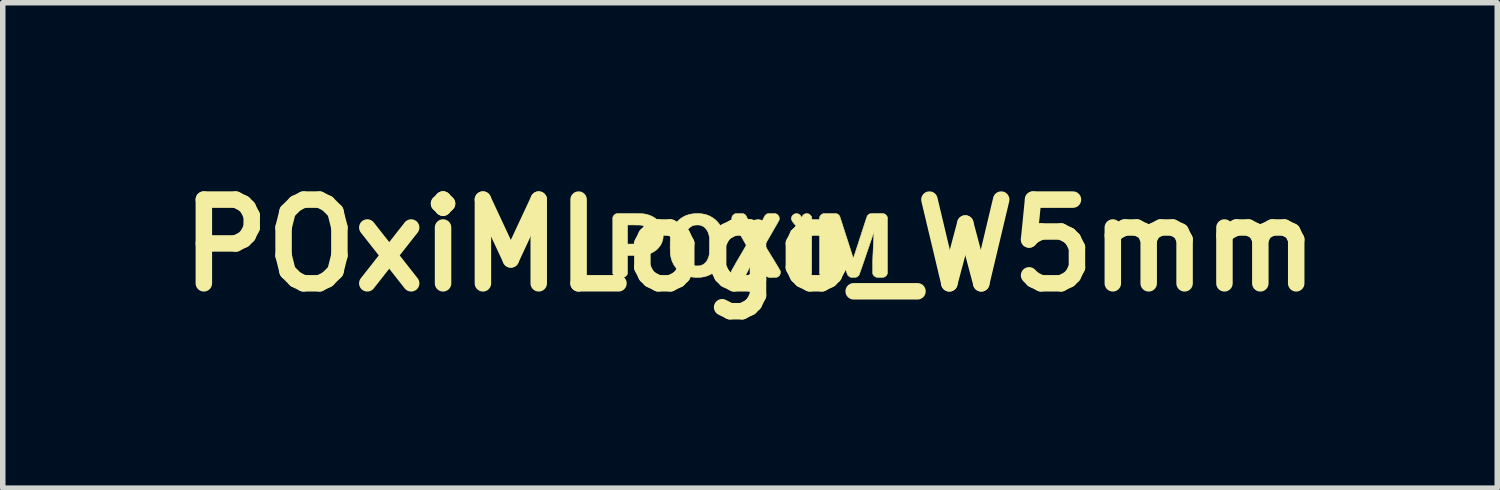
<source format=kicad_pcb>
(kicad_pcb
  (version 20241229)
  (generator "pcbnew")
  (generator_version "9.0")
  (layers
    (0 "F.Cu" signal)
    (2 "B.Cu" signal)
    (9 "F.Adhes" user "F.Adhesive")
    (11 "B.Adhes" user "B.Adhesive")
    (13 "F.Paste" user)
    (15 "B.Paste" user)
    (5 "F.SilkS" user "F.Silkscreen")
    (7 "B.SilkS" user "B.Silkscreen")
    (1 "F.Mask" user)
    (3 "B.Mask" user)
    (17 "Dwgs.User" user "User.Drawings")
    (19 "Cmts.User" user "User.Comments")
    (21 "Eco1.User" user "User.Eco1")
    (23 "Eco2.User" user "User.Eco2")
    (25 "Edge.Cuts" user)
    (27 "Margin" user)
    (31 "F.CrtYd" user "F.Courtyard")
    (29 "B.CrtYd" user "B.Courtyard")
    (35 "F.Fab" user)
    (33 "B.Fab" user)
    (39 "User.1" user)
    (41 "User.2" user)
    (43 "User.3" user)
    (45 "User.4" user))
  (footprint "POxiMLogo_W5mm"
    (layer "F.Cu")
    (at 10.603 1.418)
    (property "Reference" "POxiMLogo_W5mm" (at 0 0 0) (layer "F.SilkS") (effects (font (size 1.524 1.524) (thickness 0.3))))
    (attr through_hole)
    (fp_poly (pts (xy 0.844 -0.178) (xy 0.939 -0.084) (xy 1.001 -0.146) (xy 1.017 -0.162) (xy 1.034 -0.179) (xy 1.05 -0.195) (xy 1.065 -0.21) (xy 1.078 -0.223) (xy 1.089 -0.233) (xy 1.093 -0.237) (xy 1.123 -0.265) (xy 1.122 0.125) (xy 1.121 0.514) (xy 1.116 0.526) (xy 1.108 0.539) (xy 1.098 0.551) (xy 1.087 0.562) (xy 1.076 0.57) (xy 1.074 0.57) (xy 1.069 0.573) (xy 1.063 0.575) (xy 1.056 0.577) (xy 1.049 0.578) (xy 1.04 0.58) (xy 1.028 0.58) (xy 1.015 0.581) (xy 0.997 0.581) (xy 0.976 0.581) (xy 0.951 0.582) (xy 0.934 0.581) (xy 0.907 0.581) (xy 0.884 0.581) (xy 0.866 0.581) (xy 0.851 0.581) (xy 0.84 0.58) (xy 0.831 0.58) (xy 0.824 0.579) (xy 0.819 0.578) (xy 0.818 0.578) (xy 0.798 0.57) (xy 0.781 0.558) (xy 0.767 0.542) (xy 0.756 0.524) (xy 0.756 0.524) (xy 0.751 0.509) (xy 0.749 -0.273) (xy 0.844 -0.178)) (stroke (width 0.01) (type solid)) (fill yes) (layer "F.SilkS"))
    (fp_poly (pts (xy 0.867 -0.577) (xy 0.886 -0.57) (xy 0.903 -0.559) (xy 0.918 -0.545) (xy 0.929 -0.528) (xy 0.936 -0.511) (xy 0.939 -0.497) (xy 0.941 -0.505) (xy 0.947 -0.523) (xy 0.957 -0.539) (xy 0.97 -0.555) (xy 0.985 -0.567) (xy 0.995 -0.572) (xy 1.007 -0.576) (xy 1.022 -0.578) (xy 1.038 -0.578) (xy 1.053 -0.577) (xy 1.066 -0.574) (xy 1.07 -0.572) (xy 1.083 -0.564) (xy 1.096 -0.553) (xy 1.107 -0.541) (xy 1.116 -0.528) (xy 1.117 -0.526) (xy 1.121 -0.518) (xy 1.123 -0.51) (xy 1.124 -0.501) (xy 1.124 -0.49) (xy 1.123 -0.479) (xy 1.122 -0.468) (xy 1.118 -0.458) (xy 1.113 -0.447) (xy 1.105 -0.435) (xy 1.094 -0.42) (xy 1.093 -0.417) (xy 1.088 -0.411) (xy 1.08 -0.403) (xy 1.07 -0.392) (xy 1.059 -0.38) (xy 1.046 -0.366) (xy 1.032 -0.351) (xy 1.018 -0.336) (xy 1.003 -0.321) (xy 0.989 -0.307) (xy 0.976 -0.294) (xy 0.964 -0.282) (xy 0.954 -0.272) (xy 0.946 -0.265) (xy 0.941 -0.26) (xy 0.939 -0.259) (xy 0.937 -0.261) (xy 0.931 -0.266) (xy 0.923 -0.274) (xy 0.913 -0.284) (xy 0.9 -0.296) (xy 0.887 -0.309) (xy 0.875 -0.321) (xy 0.851 -0.346) (xy 0.83 -0.367) (xy 0.812 -0.386) (xy 0.798 -0.403) (xy 0.786 -0.418) (xy 0.776 -0.432) (xy 0.768 -0.444) (xy 0.763 -0.454) (xy 0.758 -0.464) (xy 0.755 -0.472) (xy 0.754 -0.48) (xy 0.753 -0.488) (xy 0.753 -0.49) (xy 0.756 -0.511) (xy 0.763 -0.53) (xy 0.775 -0.546) (xy 0.789 -0.56) (xy 0.806 -0.57) (xy 0.825 -0.577) (xy 0.846 -0.579) (xy 0.867 -0.577)) (stroke (width 0.01) (type solid)) (fill yes) (layer "F.SilkS"))
    (fp_poly (pts (xy -2.272 -0.581) (xy -2.237 -0.581) (xy -2.198 -0.581) (xy -2.188 -0.581) (xy -2.147 -0.581) (xy -2.111 -0.581) (xy -2.079 -0.58) (xy -2.051 -0.58) (xy -2.027 -0.58) (xy -2.006 -0.579) (xy -1.988 -0.579) (xy -1.972 -0.578) (xy -1.958 -0.577) (xy -1.946 -0.576) (xy -1.935 -0.575) (xy -1.925 -0.574) (xy -1.915 -0.572) (xy -1.906 -0.57) (xy -1.896 -0.568) (xy -1.886 -0.566) (xy -1.877 -0.564) (xy -1.833 -0.55) (xy -1.791 -0.533) (xy -1.753 -0.513) (xy -1.718 -0.489) (xy -1.686 -0.462) (xy -1.658 -0.432) (xy -1.634 -0.399) (xy -1.614 -0.363) (xy -1.601 -0.329) (xy -1.594 -0.311) (xy -1.59 -0.295) (xy -1.586 -0.278) (xy -1.584 -0.262) (xy -1.582 -0.243) (xy -1.582 -0.222) (xy -1.581 -0.198) (xy -1.581 -0.178) (xy -1.582 -0.163) (xy -1.582 -0.151) (xy -1.583 -0.14) (xy -1.584 -0.131) (xy -1.585 -0.122) (xy -1.587 -0.115) (xy -1.597 -0.077) (xy -1.61 -0.043) (xy -1.626 -0.011) (xy -1.647 0.019) (xy -1.671 0.048) (xy -1.681 0.059) (xy -1.711 0.086) (xy -1.743 0.109) (xy -1.778 0.129) (xy -1.815 0.146) (xy -1.856 0.16) (xy -1.9 0.171) (xy -1.933 0.177) (xy -1.94 0.178) (xy -1.949 0.179) (xy -1.959 0.179) (xy -1.971 0.18) (xy -1.986 0.181) (xy -2.004 0.181) (xy -2.025 0.181) (xy -2.051 0.182) (xy -2.081 0.182) (xy -2.095 0.182) (xy -2.23 0.183) (xy -2.231 0.35) (xy -2.231 0.517) (xy -2.239 0.53) (xy -2.251 0.548) (xy -2.266 0.563) (xy -2.285 0.573) (xy -2.304 0.579) (xy -2.312 0.58) (xy -2.324 0.581) (xy -2.339 0.581) (xy -2.356 0.581) (xy -2.373 0.581) (xy -2.389 0.581) (xy -2.405 0.58) (xy -2.417 0.58) (xy -2.427 0.579) (xy -2.43 0.578) (xy -2.449 0.571) (xy -2.467 0.559) (xy -2.481 0.544) (xy -2.491 0.528) (xy -2.498 0.512) (xy -2.498 -0.025) (xy -2.23 -0.025) (xy -2.106 -0.026) (xy -2.078 -0.026) (xy -2.054 -0.026) (xy -2.035 -0.027) (xy -2.019 -0.027) (xy -2.006 -0.027) (xy -1.995 -0.028) (xy -1.987 -0.028) (xy -1.981 -0.029) (xy -1.976 -0.03) (xy -1.971 -0.031) (xy -1.967 -0.032) (xy -1.963 -0.033) (xy -1.936 -0.043) (xy -1.913 -0.058) (xy -1.892 -0.076) (xy -1.875 -0.098) (xy -1.862 -0.123) (xy -1.858 -0.135) (xy -1.855 -0.144) (xy -1.853 -0.152) (xy -1.852 -0.159) (xy -1.851 -0.169) (xy -1.851 -0.181) (xy -1.851 -0.196) (xy -1.851 -0.216) (xy -1.852 -0.232) (xy -1.854 -0.247) (xy -1.857 -0.26) (xy -1.862 -0.273) (xy -1.869 -0.287) (xy -1.877 -0.301) (xy -1.887 -0.314) (xy -1.897 -0.325) (xy -1.914 -0.34) (xy -1.931 -0.352) (xy -1.95 -0.361) (xy -1.966 -0.366) (xy -1.971 -0.367) (xy -1.975 -0.368) (xy -1.98 -0.369) (xy -1.985 -0.37) (xy -1.992 -0.371) (xy -2.001 -0.371) (xy -2.012 -0.372) (xy -2.027 -0.372) (xy -2.044 -0.372) (xy -2.065 -0.372) (xy -2.09 -0.373) (xy -2.108 -0.373) (xy -2.23 -0.374) (xy -2.23 -0.025) (xy -2.498 -0.025) (xy -2.498 -0.512) (xy -2.491 -0.528) (xy -2.481 -0.543) (xy -2.469 -0.557) (xy -2.454 -0.568) (xy -2.449 -0.571) (xy -2.446 -0.573) (xy -2.442 -0.575) (xy -2.438 -0.576) (xy -2.433 -0.577) (xy -2.427 -0.578) (xy -2.419 -0.579) (xy -2.41 -0.58) (xy -2.399 -0.58) (xy -2.386 -0.581) (xy -2.37 -0.581) (xy -2.351 -0.581) (xy -2.328 -0.581) (xy -2.302 -0.581) (xy -2.272 -0.581)) (stroke (width 0.01) (type solid)) (fill yes) (layer "F.SilkS"))
    (fp_poly (pts (xy -0.93 -0.581) (xy -0.878 -0.576) (xy -0.829 -0.567) (xy -0.782 -0.554) (xy -0.738 -0.536) (xy -0.696 -0.513) (xy -0.656 -0.487) (xy -0.619 -0.456) (xy -0.59 -0.426) (xy -0.559 -0.388) (xy -0.533 -0.348) (xy -0.511 -0.305) (xy -0.494 -0.26) (xy -0.48 -0.212) (xy -0.472 -0.162) (xy -0.47 -0.146) (xy -0.469 -0.137) (xy -0.469 -0.122) (xy -0.468 -0.105) (xy -0.468 -0.084) (xy -0.468 -0.061) (xy -0.468 -0.036) (xy -0.467 -0.01) (xy -0.467 0.016) (xy -0.468 0.042) (xy -0.468 0.066) (xy -0.468 0.089) (xy -0.468 0.109) (xy -0.469 0.126) (xy -0.47 0.139) (xy -0.47 0.146) (xy -0.477 0.198) (xy -0.489 0.246) (xy -0.505 0.292) (xy -0.525 0.336) (xy -0.55 0.377) (xy -0.579 0.415) (xy -0.613 0.451) (xy -0.632 0.469) (xy -0.668 0.497) (xy -0.707 0.521) (xy -0.749 0.541) (xy -0.793 0.558) (xy -0.84 0.57) (xy -0.889 0.578) (xy -0.94 0.581) (xy -0.992 0.581) (xy -1.021 0.579) (xy -1.071 0.572) (xy -1.118 0.56) (xy -1.164 0.544) (xy -1.207 0.524) (xy -1.248 0.499) (xy -1.286 0.47) (xy -1.321 0.438) (xy -1.352 0.402) (xy -1.356 0.396) (xy -1.384 0.356) (xy -1.406 0.314) (xy -1.425 0.269) (xy -1.438 0.222) (xy -1.448 0.172) (xy -1.449 0.164) (xy -1.45 0.153) (xy -1.451 0.138) (xy -1.452 0.119) (xy -1.452 0.097) (xy -1.453 0.072) (xy -1.453 0.046) (xy -1.453 0.018) (xy -1.453 0.006) (xy -1.186 0.006) (xy -1.186 0.041) (xy -1.185 0.071) (xy -1.185 0.098) (xy -1.183 0.121) (xy -1.182 0.141) (xy -1.179 0.159) (xy -1.177 0.175) (xy -1.175 0.183) (xy -1.165 0.219) (xy -1.151 0.252) (xy -1.135 0.281) (xy -1.116 0.307) (xy -1.094 0.329) (xy -1.069 0.346) (xy -1.043 0.359) (xy -1.023 0.365) (xy -1.013 0.368) (xy -1.005 0.37) (xy -0.997 0.372) (xy -0.99 0.372) (xy -0.981 0.373) (xy -0.969 0.373) (xy -0.954 0.372) (xy -0.953 0.372) (xy -0.937 0.372) (xy -0.925 0.371) (xy -0.916 0.371) (xy -0.908 0.369) (xy -0.9 0.367) (xy -0.89 0.364) (xy -0.888 0.363) (xy -0.86 0.351) (xy -0.834 0.335) (xy -0.811 0.314) (xy -0.791 0.29) (xy -0.774 0.261) (xy -0.759 0.229) (xy -0.748 0.193) (xy -0.748 0.192) (xy -0.746 0.182) (xy -0.743 0.172) (xy -0.742 0.162) (xy -0.74 0.151) (xy -0.739 0.138) (xy -0.738 0.124) (xy -0.738 0.108) (xy -0.737 0.088) (xy -0.737 0.066) (xy -0.737 0.039) (xy -0.737 0.008) (xy -0.737 0) (xy -0.737 -0.032) (xy -0.737 -0.06) (xy -0.737 -0.083) (xy -0.737 -0.103) (xy -0.738 -0.12) (xy -0.739 -0.135) (xy -0.74 -0.148) (xy -0.741 -0.159) (xy -0.743 -0.17) (xy -0.745 -0.18) (xy -0.747 -0.19) (xy -0.748 -0.192) (xy -0.759 -0.228) (xy -0.774 -0.26) (xy -0.791 -0.289) (xy -0.811 -0.314) (xy -0.835 -0.335) (xy -0.861 -0.351) (xy -0.889 -0.363) (xy -0.898 -0.366) (xy -0.906 -0.368) (xy -0.914 -0.37) (xy -0.923 -0.371) (xy -0.933 -0.372) (xy -0.946 -0.372) (xy -0.961 -0.372) (xy -0.982 -0.372) (xy -0.998 -0.371) (xy -1.012 -0.369) (xy -1.025 -0.366) (xy -1.037 -0.362) (xy -1.051 -0.357) (xy -1.055 -0.354) (xy -1.08 -0.34) (xy -1.103 -0.321) (xy -1.124 -0.298) (xy -1.142 -0.272) (xy -1.157 -0.242) (xy -1.167 -0.215) (xy -1.171 -0.202) (xy -1.174 -0.19) (xy -1.177 -0.177) (xy -1.179 -0.164) (xy -1.181 -0.15) (xy -1.182 -0.134) (xy -1.184 -0.115) (xy -1.184 -0.093) (xy -1.185 -0.067) (xy -1.185 -0.037) (xy -1.185 -0.033) (xy -1.186 0.006) (xy -1.453 0.006) (xy -1.453 -0.01) (xy -1.453 -0.037) (xy -1.453 -0.064) (xy -1.452 -0.089) (xy -1.452 -0.112) (xy -1.451 -0.132) (xy -1.45 -0.149) (xy -1.449 -0.161) (xy -1.449 -0.164) (xy -1.44 -0.214) (xy -1.427 -0.262) (xy -1.409 -0.307) (xy -1.387 -0.35) (xy -1.362 -0.389) (xy -1.332 -0.426) (xy -1.298 -0.46) (xy -1.279 -0.476) (xy -1.243 -0.503) (xy -1.204 -0.526) (xy -1.164 -0.545) (xy -1.122 -0.559) (xy -1.077 -0.57) (xy -1.029 -0.577) (xy -0.983 -0.581) (xy -0.93 -0.581)) (stroke (width 0.01) (type solid)) (fill yes) (layer "F.SilkS"))
    (fp_poly (pts (xy 0.478 -0.574) (xy 0.496 -0.563) (xy 0.511 -0.549) (xy 0.523 -0.532) (xy 0.525 -0.528) (xy 0.529 -0.518) (xy 0.531 -0.51) (xy 0.532 -0.501) (xy 0.532 -0.49) (xy 0.532 -0.479) (xy 0.531 -0.47) (xy 0.529 -0.462) (xy 0.525 -0.453) (xy 0.524 -0.452) (xy 0.522 -0.448) (xy 0.517 -0.439) (xy 0.51 -0.427) (xy 0.501 -0.411) (xy 0.491 -0.392) (xy 0.478 -0.37) (xy 0.464 -0.346) (xy 0.449 -0.32) (xy 0.433 -0.293) (xy 0.417 -0.263) (xy 0.399 -0.233) (xy 0.392 -0.22) (xy 0.267 -0.005) (xy 0.408 0.225) (xy 0.43 0.261) (xy 0.451 0.295) (xy 0.47 0.327) (xy 0.487 0.356) (xy 0.503 0.382) (xy 0.517 0.405) (xy 0.528 0.425) (xy 0.537 0.441) (xy 0.544 0.453) (xy 0.549 0.461) (xy 0.551 0.466) (xy 0.551 0.466) (xy 0.553 0.477) (xy 0.553 0.49) (xy 0.553 0.496) (xy 0.549 0.518) (xy 0.541 0.536) (xy 0.529 0.553) (xy 0.512 0.566) (xy 0.5 0.573) (xy 0.484 0.58) (xy 0.419 0.581) (xy 0.395 0.581) (xy 0.375 0.581) (xy 0.359 0.581) (xy 0.346 0.58) (xy 0.336 0.578) (xy 0.327 0.576) (xy 0.319 0.573) (xy 0.312 0.57) (xy 0.308 0.568) (xy 0.304 0.565) (xy 0.301 0.563) (xy 0.297 0.56) (xy 0.294 0.556) (xy 0.29 0.551) (xy 0.285 0.546) (xy 0.281 0.538) (xy 0.275 0.529) (xy 0.269 0.518) (xy 0.262 0.504) (xy 0.253 0.488) (xy 0.244 0.47) (xy 0.233 0.448) (xy 0.22 0.423) (xy 0.206 0.395) (xy 0.19 0.363) (xy 0.173 0.327) (xy 0.153 0.287) (xy 0.144 0.269) (xy 0.101 0.182) (xy 0.011 0.362) (xy -0.006 0.396) (xy -0.021 0.426) (xy -0.034 0.452) (xy -0.045 0.475) (xy -0.055 0.494) (xy -0.063 0.51) (xy -0.071 0.524) (xy -0.077 0.535) (xy -0.082 0.543) (xy -0.087 0.55) (xy -0.092 0.556) (xy -0.096 0.56) (xy -0.101 0.564) (xy -0.105 0.567) (xy -0.11 0.569) (xy -0.115 0.572) (xy -0.117 0.573) (xy -0.133 0.58) (xy -0.196 0.581) (xy -0.214 0.581) (xy -0.23 0.581) (xy -0.245 0.58) (xy -0.257 0.58) (xy -0.266 0.579) (xy -0.269 0.579) (xy -0.288 0.573) (xy -0.305 0.562) (xy -0.32 0.547) (xy -0.331 0.53) (xy -0.332 0.529) (xy -0.337 0.514) (xy -0.34 0.496) (xy -0.34 0.479) (xy -0.337 0.463) (xy -0.336 0.461) (xy -0.334 0.457) (xy -0.33 0.449) (xy -0.323 0.437) (xy -0.315 0.422) (xy -0.304 0.404) (xy -0.292 0.383) (xy -0.278 0.359) (xy -0.264 0.333) (xy -0.248 0.305) (xy -0.231 0.276) (xy -0.213 0.245) (xy -0.201 0.225) (xy -0.183 0.194) (xy -0.165 0.164) (xy -0.149 0.136) (xy -0.133 0.109) (xy -0.119 0.085) (xy -0.107 0.063) (xy -0.095 0.043) (xy -0.086 0.027) (xy -0.078 0.014) (xy -0.073 0.004) (xy -0.07 -0.001) (xy -0.069 -0.003) (xy -0.07 -0.006) (xy -0.074 -0.013) (xy -0.08 -0.023) (xy -0.087 -0.038) (xy -0.097 -0.055) (xy -0.109 -0.076) (xy -0.122 -0.099) (xy -0.137 -0.125) (xy -0.153 -0.153) (xy -0.17 -0.183) (xy -0.188 -0.215) (xy -0.197 -0.229) (xy -0.215 -0.261) (xy -0.232 -0.291) (xy -0.248 -0.32) (xy -0.264 -0.347) (xy -0.278 -0.372) (xy -0.291 -0.395) (xy -0.302 -0.415) (xy -0.312 -0.432) (xy -0.319 -0.446) (xy -0.325 -0.456) (xy -0.328 -0.463) (xy -0.329 -0.465) (xy -0.332 -0.479) (xy -0.332 -0.496) (xy -0.33 -0.512) (xy -0.326 -0.526) (xy -0.317 -0.54) (xy -0.305 -0.554) (xy -0.291 -0.566) (xy -0.279 -0.573) (xy -0.263 -0.58) (xy -0.196 -0.58) (xy -0.175 -0.58) (xy -0.158 -0.58) (xy -0.145 -0.58) (xy -0.136 -0.579) (xy -0.128 -0.579) (xy -0.123 -0.578) (xy -0.119 -0.576) (xy -0.117 -0.576) (xy -0.103 -0.569) (xy -0.09 -0.56) (xy -0.079 -0.549) (xy -0.077 -0.546) (xy -0.074 -0.542) (xy -0.07 -0.534) (xy -0.064 -0.522) (xy -0.056 -0.507) (xy -0.047 -0.489) (xy -0.037 -0.468) (xy -0.026 -0.445) (xy -0.013 -0.419) (xy -0.001 -0.393) (xy 0.013 -0.365) (xy 0.026 -0.338) (xy 0.038 -0.312) (xy 0.05 -0.287) (xy 0.061 -0.264) (xy 0.071 -0.244) (xy 0.079 -0.227) (xy 0.086 -0.213) (xy 0.092 -0.202) (xy 0.095 -0.195) (xy 0.096 -0.192) (xy 0.096 -0.192) (xy 0.098 -0.194) (xy 0.101 -0.2) (xy 0.106 -0.21) (xy 0.113 -0.224) (xy 0.122 -0.241) (xy 0.132 -0.26) (xy 0.143 -0.282) (xy 0.155 -0.307) (xy 0.167 -0.333) (xy 0.181 -0.36) (xy 0.183 -0.365) (xy 0.199 -0.397) (xy 0.213 -0.426) (xy 0.225 -0.45) (xy 0.235 -0.471) (xy 0.243 -0.488) (xy 0.251 -0.503) (xy 0.257 -0.515) (xy 0.262 -0.524) (xy 0.266 -0.532) (xy 0.27 -0.538) (xy 0.273 -0.543) (xy 0.276 -0.547) (xy 0.279 -0.55) (xy 0.281 -0.553) (xy 0.282 -0.554) (xy 0.296 -0.566) (xy 0.311 -0.574) (xy 0.311 -0.574) (xy 0.316 -0.576) (xy 0.321 -0.578) (xy 0.325 -0.579) (xy 0.331 -0.579) (xy 0.339 -0.58) (xy 0.35 -0.58) (xy 0.363 -0.58) (xy 0.381 -0.58) (xy 0.395 -0.58) (xy 0.464 -0.58) (xy 0.478 -0.574)) (stroke (width 0.01) (type solid)) (fill yes) (layer "F.SilkS"))
    (fp_poly (pts (xy 2.377 -0.581) (xy 2.394 -0.581) (xy 2.408 -0.58) (xy 2.419 -0.58) (xy 2.428 -0.579) (xy 2.436 -0.577) (xy 2.442 -0.575) (xy 2.448 -0.573) (xy 2.452 -0.571) (xy 2.467 -0.561) (xy 2.48 -0.548) (xy 2.491 -0.533) (xy 2.493 -0.528) (xy 2.501 -0.512) (xy 2.501 0.512) (xy 2.493 0.528) (xy 2.482 0.546) (xy 2.468 0.561) (xy 2.45 0.572) (xy 2.43 0.579) (xy 2.429 0.579) (xy 2.421 0.58) (xy 2.409 0.581) (xy 2.395 0.581) (xy 2.378 0.582) (xy 2.361 0.582) (xy 2.345 0.581) (xy 2.329 0.581) (xy 2.317 0.58) (xy 2.308 0.579) (xy 2.307 0.579) (xy 2.286 0.573) (xy 2.268 0.562) (xy 2.252 0.547) (xy 2.241 0.53) (xy 2.234 0.517) (xy 2.233 0.389) (xy 2.233 0.367) (xy 2.233 0.347) (xy 2.233 0.329) (xy 2.233 0.311) (xy 2.233 0.295) (xy 2.234 0.278) (xy 2.234 0.261) (xy 2.235 0.243) (xy 2.235 0.223) (xy 2.236 0.202) (xy 2.237 0.179) (xy 2.238 0.153) (xy 2.24 0.123) (xy 2.241 0.09) (xy 2.243 0.053) (xy 2.245 0.013) (xy 2.247 -0.022) (xy 2.248 -0.056) (xy 2.25 -0.088) (xy 2.251 -0.117) (xy 2.252 -0.145) (xy 2.253 -0.169) (xy 2.254 -0.19) (xy 2.255 -0.208) (xy 2.255 -0.222) (xy 2.255 -0.231) (xy 2.255 -0.237) (xy 2.255 -0.237) (xy 2.253 -0.237) (xy 2.251 -0.233) (xy 2.25 -0.232) (xy 2.249 -0.229) (xy 2.247 -0.221) (xy 2.242 -0.209) (xy 2.237 -0.193) (xy 2.23 -0.173) (xy 2.222 -0.15) (xy 2.213 -0.124) (xy 2.203 -0.094) (xy 2.192 -0.062) (xy 2.18 -0.028) (xy 2.168 0.009) (xy 2.154 0.048) (xy 2.141 0.088) (xy 2.126 0.13) (xy 2.119 0.151) (xy 2.101 0.204) (xy 2.085 0.252) (xy 2.07 0.296) (xy 2.056 0.336) (xy 2.044 0.371) (xy 2.033 0.403) (xy 2.023 0.431) (xy 2.015 0.455) (xy 2.007 0.476) (xy 2.001 0.493) (xy 1.996 0.508) (xy 1.991 0.52) (xy 1.988 0.529) (xy 1.985 0.535) (xy 1.983 0.539) (xy 1.982 0.54) (xy 1.97 0.555) (xy 1.954 0.567) (xy 1.937 0.576) (xy 1.931 0.578) (xy 1.924 0.579) (xy 1.915 0.58) (xy 1.904 0.58) (xy 1.888 0.58) (xy 1.88 0.58) (xy 1.864 0.58) (xy 1.852 0.58) (xy 1.843 0.58) (xy 1.836 0.579) (xy 1.831 0.578) (xy 1.826 0.576) (xy 1.82 0.573) (xy 1.819 0.573) (xy 1.807 0.566) (xy 1.795 0.556) (xy 1.784 0.545) (xy 1.776 0.534) (xy 1.775 0.532) (xy 1.774 0.529) (xy 1.771 0.521) (xy 1.767 0.509) (xy 1.761 0.493) (xy 1.754 0.473) (xy 1.746 0.45) (xy 1.737 0.423) (xy 1.727 0.394) (xy 1.716 0.362) (xy 1.704 0.327) (xy 1.692 0.29) (xy 1.678 0.252) (xy 1.665 0.211) (xy 1.65 0.17) (xy 1.643 0.149) (xy 1.629 0.106) (xy 1.615 0.066) (xy 1.602 0.026) (xy 1.589 -0.011) (xy 1.577 -0.047) (xy 1.565 -0.08) (xy 1.555 -0.11) (xy 1.546 -0.138) (xy 1.537 -0.162) (xy 1.53 -0.183) (xy 1.524 -0.201) (xy 1.519 -0.214) (xy 1.516 -0.224) (xy 1.514 -0.229) (xy 1.513 -0.23) (xy 1.511 -0.231) (xy 1.51 -0.231) (xy 1.51 -0.228) (xy 1.51 -0.221) (xy 1.511 -0.209) (xy 1.511 -0.193) (xy 1.512 -0.174) (xy 1.513 -0.151) (xy 1.514 -0.125) (xy 1.516 -0.096) (xy 1.517 -0.065) (xy 1.519 -0.032) (xy 1.52 0.003) (xy 1.522 0.028) (xy 1.524 0.071) (xy 1.526 0.109) (xy 1.527 0.143) (xy 1.529 0.173) (xy 1.53 0.2) (xy 1.531 0.224) (xy 1.532 0.245) (xy 1.532 0.265) (xy 1.533 0.283) (xy 1.533 0.299) (xy 1.533 0.315) (xy 1.534 0.331) (xy 1.534 0.347) (xy 1.534 0.364) (xy 1.534 0.382) (xy 1.534 0.4) (xy 1.533 0.427) (xy 1.533 0.45) (xy 1.533 0.468) (xy 1.533 0.483) (xy 1.532 0.494) (xy 1.532 0.503) (xy 1.532 0.51) (xy 1.531 0.515) (xy 1.53 0.519) (xy 1.529 0.522) (xy 1.528 0.525) (xy 1.527 0.526) (xy 1.52 0.539) (xy 1.51 0.551) (xy 1.498 0.562) (xy 1.487 0.57) (xy 1.486 0.57) (xy 1.476 0.574) (xy 1.465 0.578) (xy 1.461 0.579) (xy 1.454 0.58) (xy 1.443 0.58) (xy 1.428 0.581) (xy 1.412 0.581) (xy 1.396 0.581) (xy 1.379 0.581) (xy 1.363 0.581) (xy 1.35 0.58) (xy 1.341 0.58) (xy 1.337 0.579) (xy 1.319 0.573) (xy 1.302 0.563) (xy 1.287 0.549) (xy 1.275 0.533) (xy 1.273 0.528) (xy 1.266 0.514) (xy 1.266 -0.514) (xy 1.273 -0.528) (xy 1.284 -0.546) (xy 1.299 -0.561) (xy 1.317 -0.572) (xy 1.318 -0.572) (xy 1.335 -0.58) (xy 1.453 -0.58) (xy 1.48 -0.58) (xy 1.503 -0.58) (xy 1.522 -0.58) (xy 1.537 -0.58) (xy 1.55 -0.58) (xy 1.559 -0.58) (xy 1.566 -0.579) (xy 1.572 -0.579) (xy 1.576 -0.578) (xy 1.58 -0.577) (xy 1.583 -0.576) (xy 1.585 -0.575) (xy 1.601 -0.566) (xy 1.615 -0.555) (xy 1.626 -0.542) (xy 1.632 -0.533) (xy 1.633 -0.529) (xy 1.636 -0.521) (xy 1.64 -0.509) (xy 1.645 -0.494) (xy 1.651 -0.474) (xy 1.659 -0.452) (xy 1.667 -0.426) (xy 1.676 -0.398) (xy 1.686 -0.368) (xy 1.696 -0.335) (xy 1.707 -0.301) (xy 1.719 -0.266) (xy 1.73 -0.23) (xy 1.742 -0.193) (xy 1.754 -0.156) (xy 1.766 -0.119) (xy 1.778 -0.082) (xy 1.79 -0.045) (xy 1.801 -0.01) (xy 1.812 0.024) (xy 1.823 0.057) (xy 1.832 0.088) (xy 1.842 0.117) (xy 1.85 0.143) (xy 1.857 0.166) (xy 1.864 0.186) (xy 1.869 0.203) (xy 1.873 0.216) (xy 1.876 0.225) (xy 1.877 0.229) (xy 1.877 0.23) (xy 1.879 0.231) (xy 1.88 0.231) (xy 1.881 0.229) (xy 1.884 0.222) (xy 1.888 0.21) (xy 1.894 0.194) (xy 1.901 0.173) (xy 1.909 0.149) (xy 1.919 0.12) (xy 1.929 0.087) (xy 1.941 0.051) (xy 1.955 0.01) (xy 1.969 -0.033) (xy 1.984 -0.081) (xy 2 -0.131) (xy 2.004 -0.142) (xy 2.018 -0.184) (xy 2.031 -0.225) (xy 2.044 -0.265) (xy 2.056 -0.303) (xy 2.068 -0.339) (xy 2.079 -0.373) (xy 2.089 -0.404) (xy 2.099 -0.433) (xy 2.107 -0.458) (xy 2.114 -0.48) (xy 2.12 -0.498) (xy 2.125 -0.513) (xy 2.129 -0.523) (xy 2.131 -0.529) (xy 2.131 -0.53) (xy 2.142 -0.546) (xy 2.156 -0.561) (xy 2.172 -0.572) (xy 2.179 -0.575) (xy 2.182 -0.576) (xy 2.186 -0.577) (xy 2.19 -0.578) (xy 2.195 -0.579) (xy 2.201 -0.579) (xy 2.21 -0.58) (xy 2.221 -0.58) (xy 2.234 -0.581) (xy 2.252 -0.581) (xy 2.273 -0.581) (xy 2.299 -0.581) (xy 2.303 -0.581) (xy 2.332 -0.581) (xy 2.357 -0.581) (xy 2.377 -0.581)) (stroke (width 0.01) (type solid)) (fill yes) (layer "F.SilkS")))
  (gr_rect
    (start -3 -3)
    (end 24.205 5.836)
    (stroke (width 0.1) (type default))
    (fill no)
    (layer "Edge.Cuts")))
</source>
